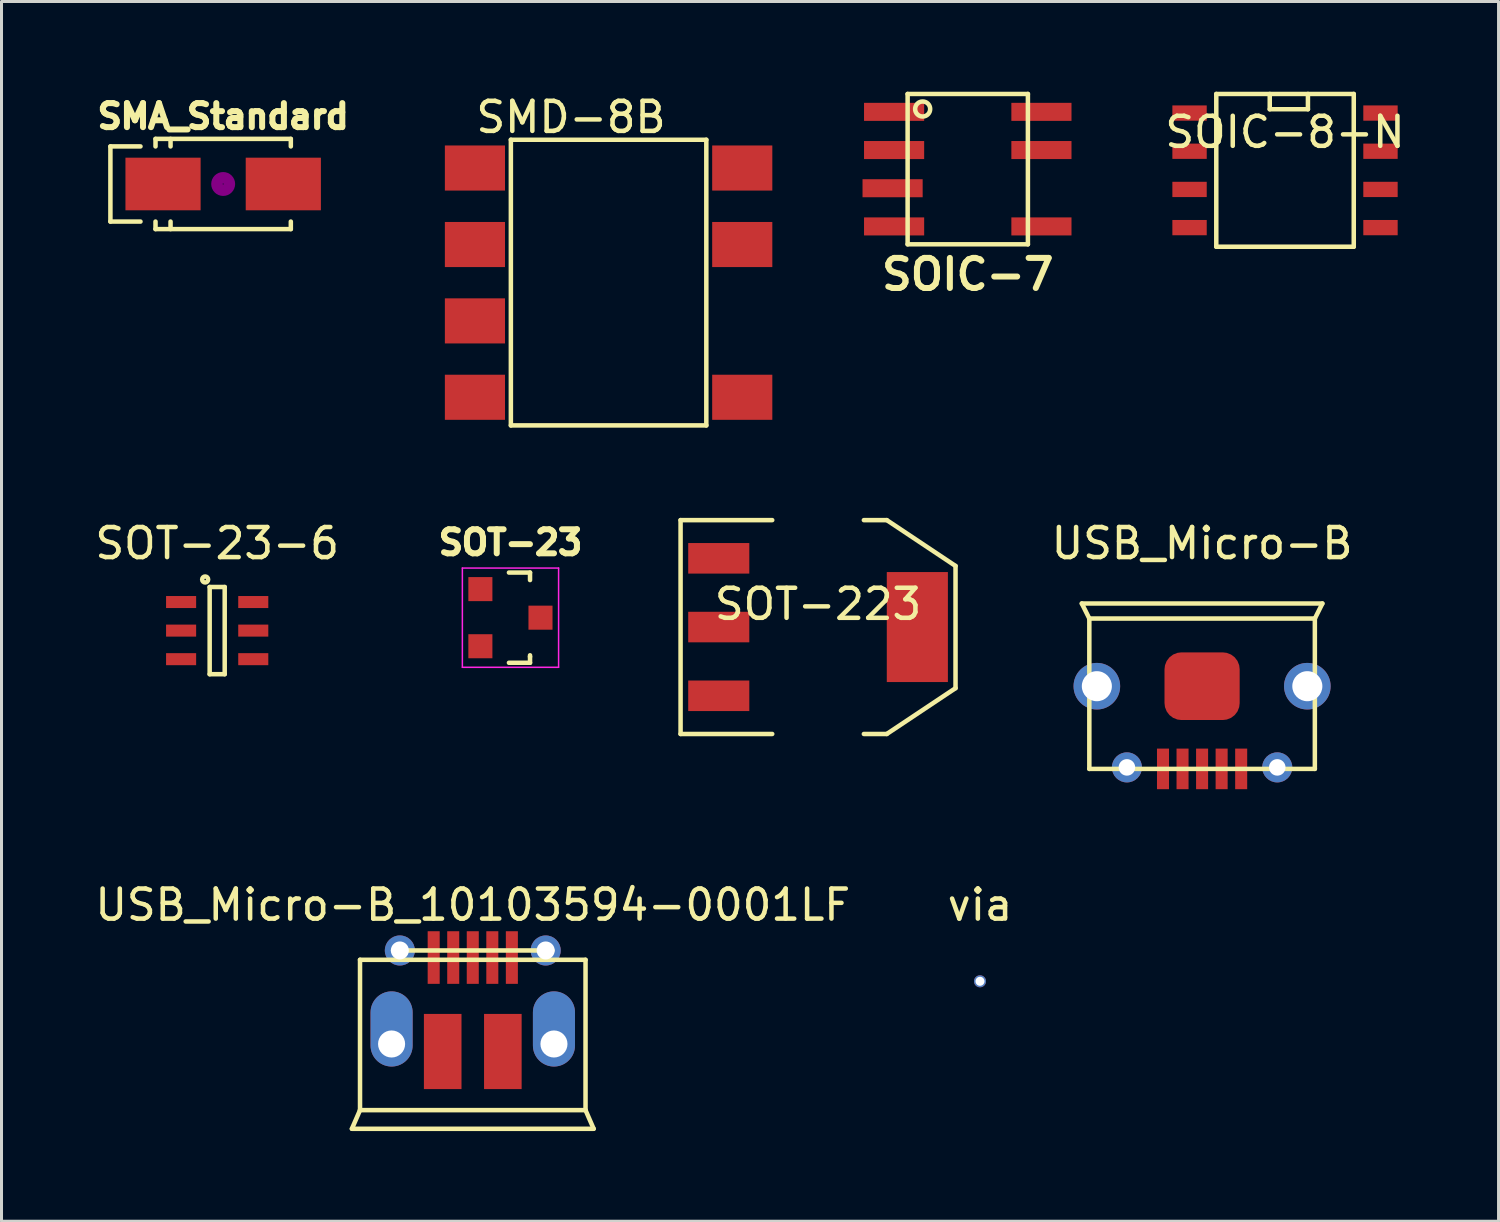
<source format=kicad_pcb>
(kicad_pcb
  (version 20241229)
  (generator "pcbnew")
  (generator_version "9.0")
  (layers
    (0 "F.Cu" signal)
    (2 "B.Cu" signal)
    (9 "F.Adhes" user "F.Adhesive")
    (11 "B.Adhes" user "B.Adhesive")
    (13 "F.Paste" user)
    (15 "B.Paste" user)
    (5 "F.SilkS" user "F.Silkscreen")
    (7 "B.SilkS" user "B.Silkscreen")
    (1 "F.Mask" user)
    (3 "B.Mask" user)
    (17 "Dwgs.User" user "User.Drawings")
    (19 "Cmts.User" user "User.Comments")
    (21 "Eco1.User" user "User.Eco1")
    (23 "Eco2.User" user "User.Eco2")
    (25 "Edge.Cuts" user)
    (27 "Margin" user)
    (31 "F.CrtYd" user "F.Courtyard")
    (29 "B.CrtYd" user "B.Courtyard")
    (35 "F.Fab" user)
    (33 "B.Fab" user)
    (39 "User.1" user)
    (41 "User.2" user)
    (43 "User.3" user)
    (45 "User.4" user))
  (footprint "SOT-23"
    (layer "F.Cu")
    (at 13.927 17.492)
    (property "Reference" "SOT-23" (at 0 -2.5 0) (layer "F.SilkS") (effects (font (size 0.8 0.8) (thickness 0.2))))
    (attr smd)
    (fp_line (start -0.051 -1.5) (end 0.65 -1.5) (stroke (width 0.15) (type solid)) (layer "F.SilkS"))
    (fp_line (start 0.65 -1.5) (end 0.65 -1.251) (stroke (width 0.15) (type solid)) (layer "F.SilkS"))
    (fp_line (start 0.65 1.299) (end 0.65 1.251) (stroke (width 0.15) (type solid)) (layer "F.SilkS"))
    (fp_line (start 0.65 1.299) (end 0.65 1.5) (stroke (width 0.15) (type solid)) (layer "F.SilkS"))
    (fp_line (start 0.65 1.5) (end -0.051 1.5) (stroke (width 0.15) (type solid)) (layer "F.SilkS"))
    (fp_line (start -1.6 -1.65) (end 1.6 -1.65) (stroke (width 0.05) (type solid)) (layer "F.CrtYd"))
    (fp_line (start -1.6 1.65) (end -1.6 -1.65) (stroke (width 0.05) (type solid)) (layer "F.CrtYd"))
    (fp_line (start 1.6 -1.65) (end 1.6 1.65) (stroke (width 0.05) (type solid)) (layer "F.CrtYd"))
    (fp_line (start 1.6 1.65) (end -1.6 1.65) (stroke (width 0.05) (type solid)) (layer "F.CrtYd"))
    (pad "1" smd rect (at -1.001 -0.95 270) (size 0.8 0.8) (layers "F.Cu" "F.Mask" "F.Paste"))
    (pad "2" smd rect (at -1.001 0.95 270) (size 0.8 0.8) (layers "F.Cu" "F.Mask" "F.Paste"))
    (pad "3" smd rect (at 0.998 0 270) (size 0.8 0.8) (layers "F.Cu" "F.Mask" "F.Paste")))
  (footprint "SMA_Standard"
    (layer "F.Cu")
    (at 4.372 3.069)
    (property "Reference" "SMA_Standard" (at 0 -2.25 0) (layer "F.SilkS") (effects (font (size 0.8 0.8) (thickness 0.2))))
    (attr smd)
    (fp_line (start -3.75 -1.25) (end -3.75 1.25) (stroke (width 0.15) (type solid)) (layer "F.SilkS"))
    (fp_line (start -3.75 1.25) (end -2.75 1.25) (stroke (width 0.15) (type solid)) (layer "F.SilkS"))
    (fp_line (start -2.75 -1.25) (end -3.75 -1.25) (stroke (width 0.15) (type solid)) (layer "F.SilkS"))
    (fp_line (start -2.25 -1.5) (end 2.25 -1.5) (stroke (width 0.15) (type solid)) (layer "F.SilkS"))
    (fp_line (start -2.25 -1.25) (end -2.25 -1.5) (stroke (width 0.15) (type solid)) (layer "F.SilkS"))
    (fp_line (start -2.25 1.5) (end -2.25 1.25) (stroke (width 0.15) (type solid)) (layer "F.SilkS"))
    (fp_line (start -2.25 1.5) (end 2.25 1.5) (stroke (width 0.15) (type solid)) (layer "F.SilkS"))
    (fp_line (start -1.75 -1.25) (end -1.75 -1.5) (stroke (width 0.15) (type solid)) (layer "F.SilkS"))
    (fp_line (start -1.75 1.5) (end -1.75 1.25) (stroke (width 0.15) (type solid)) (layer "F.SilkS"))
    (fp_line (start 2.25 -1.25) (end 2.25 -1.5) (stroke (width 0.15) (type solid)) (layer "F.SilkS"))
    (fp_line (start 2.25 1.5) (end 2.25 1.25) (stroke (width 0.15) (type solid)) (layer "F.SilkS"))
    (fp_circle (center 0 0) (end 0.201 -0.051) (stroke (width 0.381) (type solid)) (fill no) (layer "F.Adhes"))
    (pad "1" smd rect (at -2 0) (size 2.5 1.75) (layers "F.Cu" "F.Mask" "F.Paste"))
    (pad "2" smd rect (at 2 0) (size 2.5 1.75) (layers "F.Cu" "F.Mask" "F.Paste")))
  (footprint "SOT-223"
    (layer "F.Cu")
    (at 24.156 17.804)
    (property "Reference" "SOT-223" (at 0 -0.762 0) (layer "F.SilkS") (effects (font (size 1 1) (thickness 0.15))))
    (attr smd)
    (fp_line (start -4.572 -3.556) (end -4.572 3.556) (stroke (width 0.15) (type solid)) (layer "F.SilkS"))
    (fp_line (start -4.572 3.556) (end -1.524 3.556) (stroke (width 0.15) (type solid)) (layer "F.SilkS"))
    (fp_line (start -1.524 -3.556) (end -4.572 -3.556) (stroke (width 0.15) (type solid)) (layer "F.SilkS"))
    (fp_line (start 1.524 -3.556) (end 2.286 -3.556) (stroke (width 0.15) (type solid)) (layer "F.SilkS"))
    (fp_line (start 2.286 -3.556) (end 4.572 -2.032) (stroke (width 0.15) (type solid)) (layer "F.SilkS"))
    (fp_line (start 2.286 3.556) (end 1.524 3.556) (stroke (width 0.15) (type solid)) (layer "F.SilkS"))
    (fp_line (start 4.572 -2.032) (end 4.572 2.032) (stroke (width 0.15) (type solid)) (layer "F.SilkS"))
    (fp_line (start 4.572 2.032) (end 2.286 3.556) (stroke (width 0.15) (type solid)) (layer "F.SilkS"))
    (pad "1" smd rect (at -3.302 -2.286 270) (size 1.016 2.032) (layers "F.Cu" "F.Mask" "F.Paste"))
    (pad "2" smd rect (at -3.302 0 270) (size 1.016 2.032) (layers "F.Cu" "F.Mask" "F.Paste"))
    (pad "2" smd rect (at 3.302 0 270) (size 3.658 2.032) (layers "F.Cu" "F.Mask" "F.Paste"))
    (pad "3" smd rect (at -3.302 2.286 270) (size 1.016 2.032) (layers "F.Cu" "F.Mask" "F.Paste")))
  (footprint "SOT-23-6"
    (layer "F.Cu")
    (at 4.173 17.922)
    (property "Reference" "SOT-23-6" (at 0 -2.9 0) (layer "F.SilkS") (effects (font (size 1 1) (thickness 0.15))))
    (attr smd)
    (fp_line (start -0.25 -1.45) (end -0.25 1.45) (stroke (width 0.15) (type solid)) (layer "F.SilkS"))
    (fp_line (start -0.25 1.45) (end 0.25 1.45) (stroke (width 0.15) (type solid)) (layer "F.SilkS"))
    (fp_line (start 0.25 -1.45) (end -0.25 -1.45) (stroke (width 0.15) (type solid)) (layer "F.SilkS"))
    (fp_line (start 0.25 1.45) (end 0.25 -1.45) (stroke (width 0.15) (type solid)) (layer "F.SilkS"))
    (fp_circle (center -0.4 -1.7) (end -0.3 -1.7) (stroke (width 0.15) (type solid)) (fill no) (layer "F.SilkS"))
    (pad "1" smd rect (at -1.2 -0.95) (size 1 0.4) (layers "F.Cu" "F.Mask" "F.Paste"))
    (pad "2" smd rect (at -1.2 0) (size 1 0.4) (layers "F.Cu" "F.Mask" "F.Paste"))
    (pad "3" smd rect (at -1.2 0.95) (size 1 0.4) (layers "F.Cu" "F.Mask" "F.Paste"))
    (pad "4" smd rect (at 1.2 0.95) (size 1 0.4) (layers "F.Cu" "F.Mask" "F.Paste"))
    (pad "5" smd rect (at 1.2 0) (size 1 0.4) (layers "F.Cu" "F.Mask" "F.Paste"))
    (pad "6" smd rect (at 1.2 -0.95) (size 1 0.4) (layers "F.Cu" "F.Mask" "F.Paste")))
  (footprint "via"
    (layer "F.Cu")
    (at 29.542 29.585)
    (property "Reference" "via" (at 0 -2.54 0) (layer "F.SilkS") (effects (font (size 1 1) (thickness 0.15))))
    (attr through_hole)
    (pad "1" thru_hole circle (at 0 0 90) (size 0.4 0.4) (drill 0.3) (layers "*.Cu")))
  (footprint "SOIC-8-N"
    (layer "F.Cu")
    (at 39.686 2.615)
    (property "Reference" "SOIC-8-N" (at 0 -1.27 0) (layer "F.SilkS") (effects (font (size 1 1) (thickness 0.15))))
    (attr smd)
    (fp_line (start -2.286 -2.54) (end 2.286 -2.54) (stroke (width 0.15) (type solid)) (layer "F.SilkS"))
    (fp_line (start -2.286 2.54) (end -2.286 -2.54) (stroke (width 0.15) (type solid)) (layer "F.SilkS"))
    (fp_line (start -0.508 -2.032) (end -0.508 -2.54) (stroke (width 0.15) (type solid)) (layer "F.SilkS"))
    (fp_line (start 0.762 -2.54) (end 0.762 -2.032) (stroke (width 0.15) (type solid)) (layer "F.SilkS"))
    (fp_line (start 0.762 -2.032) (end -0.508 -2.032) (stroke (width 0.15) (type solid)) (layer "F.SilkS"))
    (fp_line (start 2.286 -2.54) (end 2.286 2.54) (stroke (width 0.15) (type solid)) (layer "F.SilkS"))
    (fp_line (start 2.286 2.54) (end -2.286 2.54) (stroke (width 0.15) (type solid)) (layer "F.SilkS"))
    (pad "1" smd rect (at -3.175 -1.905 270) (size 0.508 1.143) (layers "F.Cu" "F.Mask" "F.Paste"))
    (pad "2" smd rect (at -3.175 -0.635 270) (size 0.508 1.143) (layers "F.Cu" "F.Mask" "F.Paste"))
    (pad "3" smd rect (at -3.175 0.635 270) (size 0.508 1.143) (layers "F.Cu" "F.Mask" "F.Paste"))
    (pad "4" smd rect (at -3.175 1.905 270) (size 0.508 1.143) (layers "F.Cu" "F.Mask" "F.Paste"))
    (pad "5" smd rect (at 3.175 1.905 270) (size 0.508 1.143) (layers "F.Cu" "F.Mask" "F.Paste"))
    (pad "6" smd rect (at 3.175 0.635 270) (size 0.508 1.143) (layers "F.Cu" "F.Mask" "F.Paste"))
    (pad "7" smd rect (at 3.175 -0.635 270) (size 0.508 1.143) (layers "F.Cu" "F.Mask" "F.Paste"))
    (pad "8" smd rect (at 3.175 -1.905 270) (size 0.508 1.143) (layers "F.Cu" "F.Mask" "F.Paste")))
  (footprint "SMD-8B"
    (layer "F.Cu")
    (at 17.19 6.348)
    (property "Reference" "SMD-8B" (at -1.25 -5.5 0) (layer "F.SilkS") (effects (font (size 1 1) (thickness 0.15))))
    (attr through_hole)
    (fp_line (start -3.25 -4.75) (end 3.25 -4.75) (stroke (width 0.15) (type solid)) (layer "F.SilkS"))
    (fp_line (start -3.25 4.75) (end -3.25 -4.75) (stroke (width 0.15) (type solid)) (layer "F.SilkS"))
    (fp_line (start 3.25 -4.75) (end 3.25 4.75) (stroke (width 0.15) (type solid)) (layer "F.SilkS"))
    (fp_line (start 3.25 4.75) (end -3.25 4.75) (stroke (width 0.15) (type solid)) (layer "F.SilkS"))
    (pad "1" smd rect (at -4.445 -3.81 270) (size 1.5 2) (layers "F.Cu" "F.Mask" "F.Paste"))
    (pad "2" smd rect (at -4.445 -1.266 270) (size 1.5 2) (layers "F.Cu" "F.Mask" "F.Paste"))
    (pad "3" smd rect (at -4.445 1.274 270) (size 1.5 2) (layers "F.Cu" "F.Mask" "F.Paste"))
    (pad "4" smd rect (at -4.445 3.814 270) (size 1.5 2) (layers "F.Cu" "F.Mask" "F.Paste"))
    (pad "5" smd rect (at 4.445 3.814 270) (size 1.5 2) (layers "F.Cu" "F.Mask" "F.Paste"))
    (pad "7" smd rect (at 4.445 -1.266 270) (size 1.5 2) (layers "F.Cu" "F.Mask" "F.Paste"))
    (pad "8" smd rect (at 4.445 -3.81 270) (size 1.5 2) (layers "F.Cu" "F.Mask" "F.Paste")))
  (footprint "USB_Micro-B_10103594-0001LF"
    (placed yes)
    (layer "F.Cu")
    (at 12.673 31.67)
    (property "Reference" "USB_Micro-B_10103594-0001LF" (at 0 -4.625 0) (layer "F.SilkS") (effects (font (size 1 1) (thickness 0.15))))
    (attr smd)
    (fp_line (start -4.02 2.82) (end -3.75 2.2) (stroke (width 0.15) (type solid)) (layer "F.SilkS"))
    (fp_line (start -4.02 2.82) (end 4.02 2.82) (stroke (width 0.15) (type solid)) (layer "F.SilkS"))
    (fp_line (start -3.75 -2.8) (end 3.75 -2.8) (stroke (width 0.15) (type solid)) (layer "F.SilkS"))
    (fp_line (start -3.75 2.2) (end -3.75 -2.8) (stroke (width 0.15) (type solid)) (layer "F.SilkS"))
    (fp_line (start -2.65 -3.11) (end 2.65 -3.11) (stroke (width 0.15) (type solid)) (layer "F.SilkS"))
    (fp_line (start 3.75 -2.8) (end 3.75 2.2) (stroke (width 0.15) (type solid)) (layer "F.SilkS"))
    (fp_line (start 3.75 2.2) (end -3.75 2.2) (stroke (width 0.15) (type solid)) (layer "F.SilkS"))
    (fp_line (start 4.02 2.82) (end 3.75 2.2) (stroke (width 0.15) (type solid)) (layer "F.SilkS"))
    (pad "1" smd rect (at -1.3 -2.875) (size 0.4 1.75) (layers "F.Cu" "F.Mask" "F.Paste"))
    (pad "2" smd rect (at -0.65 -2.875) (size 0.4 1.75) (layers "F.Cu" "F.Mask" "F.Paste"))
    (pad "3" smd rect (at 0 -2.875) (size 0.4 1.75) (layers "F.Cu" "F.Mask" "F.Paste"))
    (pad "4" smd rect (at 0.65 -2.875) (size 0.4 1.75) (layers "F.Cu" "F.Mask" "F.Paste"))
    (pad "5" smd rect (at 1.3 -2.875) (size 0.4 1.75) (layers "F.Cu" "F.Mask" "F.Paste"))
    (pad "6" thru_hole oval (at -2.7 0) (size 1.4 2.5) (drill 0.9 (offset 0 -0.5)) (layers "*.Cu" "F.Mask" "F.Paste"))
    (pad "6" thru_hole circle (at -2.425 -3.11) (size 1 1) (drill 0.6) (layers "*.Cu" "F.Mask" "F.Paste"))
    (pad "6" smd rect (at -1 0.25) (size 1.25 2.5) (layers "F.Cu" "F.Mask" "F.Paste"))
    (pad "6" smd rect (at 1 0.25) (size 1.25 2.5) (layers "F.Cu" "F.Mask" "F.Paste"))
    (pad "6" thru_hole circle (at 2.425 -3.11) (size 1 1) (drill 0.6) (layers "*.Cu" "F.Mask" "F.Paste"))
    (pad "6" thru_hole oval (at 2.7 0) (size 1.4 2.5) (drill 0.9 (offset 0 -0.5)) (layers "*.Cu" "F.Mask" "F.Paste")))
  (footprint "SOIC-7"
    (layer "F.Cu")
    (at 29.135 2.575)
    (property "Reference" "SOIC-7" (at 0 3.5 0) (layer "F.SilkS") (effects (font (size 1 1) (thickness 0.2))))
    (attr smd)
    (fp_line (start -2 -2.5) (end -2 2.5) (stroke (width 0.15) (type solid)) (layer "F.SilkS"))
    (fp_line (start -2 2.5) (end 2 2.5) (stroke (width 0.15) (type solid)) (layer "F.SilkS"))
    (fp_line (start 2 -2.5) (end -2 -2.5) (stroke (width 0.15) (type solid)) (layer "F.SilkS"))
    (fp_line (start 2 2.5) (end 2 -2.5) (stroke (width 0.15) (type solid)) (layer "F.SilkS"))
    (fp_circle (center -1.5 -2) (end -1.5 -1.75) (stroke (width 0.15) (type solid)) (fill no) (layer "F.SilkS"))
    (pad "1" smd rect (at -2.45 -1.905 270) (size 0.6 2) (layers "F.Cu" "F.Mask" "F.Paste"))
    (pad "2" smd rect (at -2.45 -0.635 270) (size 0.6 2) (layers "F.Cu" "F.Mask" "F.Paste"))
    (pad "3" smd rect (at -2.5 0.635 270) (size 0.6 2) (layers "F.Cu" "F.Mask" "F.Paste"))
    (pad "4" smd rect (at -2.45 1.905 270) (size 0.6 2) (layers "F.Cu" "F.Mask" "F.Paste"))
    (pad "5" smd rect (at 2.45 1.905 270) (size 0.6 2) (layers "F.Cu" "F.Mask" "F.Paste"))
    (pad "7" smd rect (at 2.45 -0.635 270) (size 0.6 2) (layers "F.Cu" "F.Mask" "F.Paste"))
    (pad "8" smd rect (at 2.45 -1.905 270) (size 0.6 2) (layers "F.Cu" "F.Mask" "F.Paste")))
  (footprint "USB_Micro-B"
    (layer "F.Cu")
    (at 36.928 19.771)
    (property "Reference" "USB_Micro-B" (at 0 -4.75 0) (layer "F.SilkS") (effects (font (size 1 1) (thickness 0.15))))
    (attr smd)
    (fp_line (start -4 -2.75) (end -3.75 -2.25) (stroke (width 0.15) (type solid)) (layer "F.SilkS"))
    (fp_line (start -3.75 -2.25) (end -3.75 2.75) (stroke (width 0.15) (type solid)) (layer "F.SilkS"))
    (fp_line (start -3.75 -2.25) (end 3.75 -2.25) (stroke (width 0.15) (type solid)) (layer "F.SilkS"))
    (fp_line (start 3.75 -2.25) (end 4 -2.75) (stroke (width 0.15) (type solid)) (layer "F.SilkS"))
    (fp_line (start 3.75 2.75) (end -3.75 2.75) (stroke (width 0.15) (type solid)) (layer "F.SilkS"))
    (fp_line (start 3.75 2.75) (end 3.75 -2.25) (stroke (width 0.15) (type solid)) (layer "F.SilkS"))
    (fp_line (start 4 -2.75) (end -4 -2.75) (stroke (width 0.15) (type solid)) (layer "F.SilkS"))
    (pad "1" smd rect (at 1.3 2.75 270) (size 1.35 0.4) (layers "F.Cu" "F.Mask" "F.Paste"))
    (pad "2" smd rect (at 0.65 2.75 270) (size 1.35 0.4) (layers "F.Cu" "F.Mask" "F.Paste"))
    (pad "3" smd rect (at 0 2.75 270) (size 1.35 0.4) (layers "F.Cu" "F.Mask" "F.Paste"))
    (pad "4" smd rect (at -0.65 2.75 270) (size 1.35 0.4) (layers "F.Cu" "F.Mask" "F.Paste"))
    (pad "5" smd rect (at -1.3 2.75 270) (size 1.35 0.4) (layers "F.Cu" "F.Mask" "F.Paste"))
    (pad "6" thru_hole circle (at -3.5 0 270) (size 1.55 1.55) (drill 1) (layers "*.Cu" "*.Mask" "F.Paste"))
    (pad "6" thru_hole circle (at -2.5 2.7 270) (size 1 1) (drill 0.55) (layers "*.Cu" "*.Mask" "F.Paste"))
    (pad "6" smd roundrect (at 0 0) (size 2.5 2.25) (layers "F.Cu" "F.Mask" "F.Paste") (roundrect_rratio 0.25))
    (pad "6" thru_hole circle (at 2.5 2.7 270) (size 1 1) (drill 0.55) (layers "*.Cu" "*.Mask" "F.Paste"))
    (pad "6" thru_hole circle (at 3.5 0 270) (size 1.55 1.55) (drill 1) (layers "*.Cu" "*.Mask" "F.Paste")))
  (gr_rect
    (start -3 -3)
    (end 46.787 37.565)
    (stroke (width 0.1) (type default))
    (fill no)
    (layer "Edge.Cuts")))
</source>
